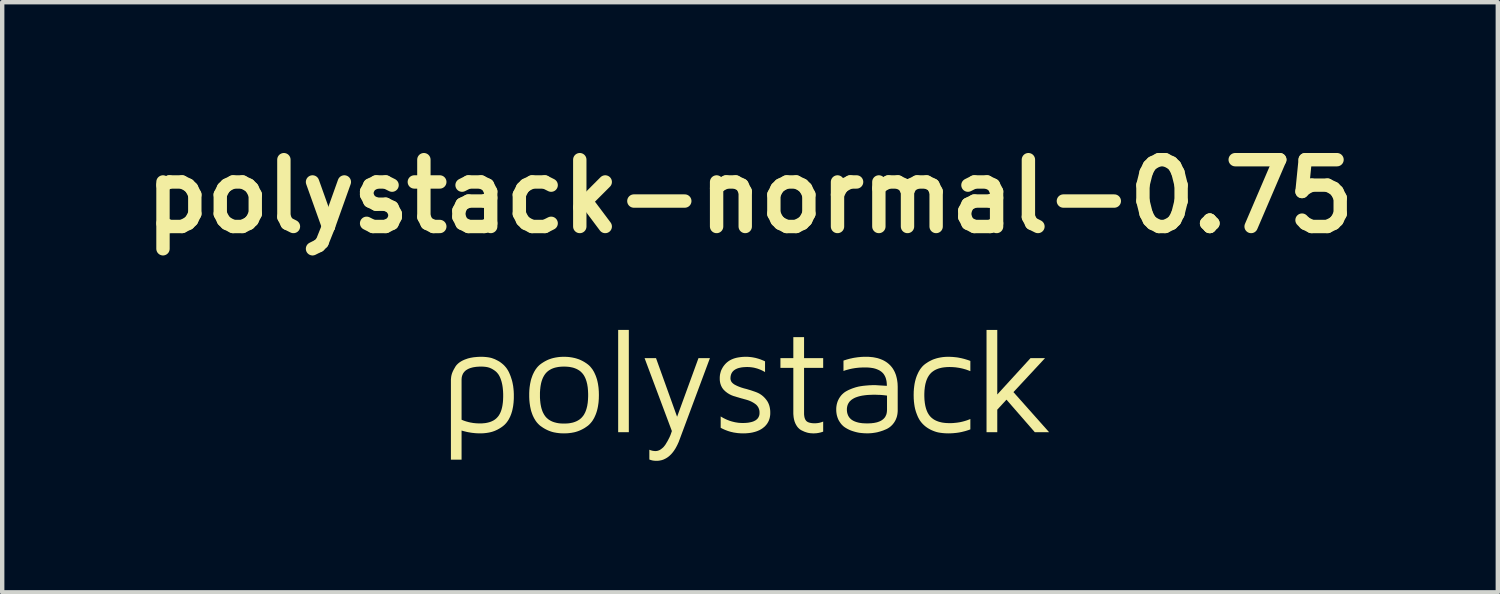
<source format=kicad_pcb>
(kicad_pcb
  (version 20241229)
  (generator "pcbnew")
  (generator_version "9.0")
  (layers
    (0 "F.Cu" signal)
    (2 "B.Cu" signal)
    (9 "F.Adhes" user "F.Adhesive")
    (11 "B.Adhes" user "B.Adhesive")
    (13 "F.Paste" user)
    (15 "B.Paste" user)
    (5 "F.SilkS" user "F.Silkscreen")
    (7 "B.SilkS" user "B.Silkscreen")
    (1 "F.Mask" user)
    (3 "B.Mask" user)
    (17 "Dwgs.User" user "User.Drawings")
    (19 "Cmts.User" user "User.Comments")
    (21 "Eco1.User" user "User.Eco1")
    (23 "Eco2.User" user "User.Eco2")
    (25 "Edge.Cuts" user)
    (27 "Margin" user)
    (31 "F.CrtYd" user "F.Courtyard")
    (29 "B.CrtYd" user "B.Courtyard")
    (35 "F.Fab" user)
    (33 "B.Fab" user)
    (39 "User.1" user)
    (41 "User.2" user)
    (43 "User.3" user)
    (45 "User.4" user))
  (footprint "polystack-normal-0.75"
    (layer "F.Cu")
    (at 14.057 5.968)
    (property "Reference" "polystack-normal-0.75" (at 0 -4.541 0) (layer "F.SilkS") (effects (font (size 1.524 1.524) (thickness 0.305))))
    (attr smd)
    (fp_poly (pts (xy -3.007 0.84) (xy -3.007 -1.493) (xy -2.764 -1.493) (xy -2.764 0.84) (xy -3.007 0.84)) (stroke (width 0) (type solid)) (fill yes) (layer "F.SilkS"))
    (fp_poly (pts (xy 5.395 0.84) (xy 5.395 -1.493) (xy 5.64 -1.493) (xy 5.64 -0.02) (xy 6.399 -0.85) (xy 6.73 -0.85) (xy 6.009 -0.074) (xy 6.822 0.84) (xy 6.496 0.84) (xy 5.85 0.098) (xy 5.64 0.326) (xy 5.64 0.84) (xy 5.395 0.84)) (stroke (width 0) (type solid)) (fill yes) (layer "F.SilkS"))
    (fp_poly (pts (xy 0.694 -0.627) (xy 0.694 -0.85) (xy 0.988 -0.85) (xy 0.988 -1.328) (xy 1.233 -1.328) (xy 1.233 -0.85) (xy 1.669 -0.85) (xy 1.669 -0.627) (xy 1.233 -0.627) (xy 1.233 0.403) (xy 1.233 0.429) (xy 1.235 0.452) (xy 1.238 0.474) (xy 1.241 0.494) (xy 1.246 0.513) (xy 1.252 0.531) (xy 1.259 0.547) (xy 1.267 0.561) (xy 1.276 0.574) (xy 1.286 0.585) (xy 1.297 0.595) (xy 1.311 0.604) (xy 1.326 0.612) (xy 1.342 0.618) (xy 1.361 0.624) (xy 1.38 0.628) (xy 1.402 0.632) (xy 1.425 0.635) (xy 1.45 0.636) (xy 1.476 0.637) (xy 1.497 0.636) (xy 1.517 0.635) (xy 1.537 0.633) (xy 1.557 0.63) (xy 1.576 0.627) (xy 1.596 0.622) (xy 1.614 0.617) (xy 1.633 0.611) (xy 1.651 0.605) (xy 1.669 0.597) (xy 1.669 0.827) (xy 1.65 0.834) (xy 1.63 0.84) (xy 1.611 0.846) (xy 1.591 0.85) (xy 1.572 0.855) (xy 1.552 0.858) (xy 1.533 0.861) (xy 1.513 0.864) (xy 1.493 0.865) (xy 1.474 0.866) (xy 1.454 0.867) (xy 1.446 0.867) (xy 1.427 0.866) (xy 1.408 0.865) (xy 1.389 0.864) (xy 1.37 0.862) (xy 1.351 0.859) (xy 1.332 0.856) (xy 1.314 0.852) (xy 1.297 0.847) (xy 1.281 0.842) (xy 1.263 0.836) (xy 1.245 0.83) (xy 1.227 0.822) (xy 1.208 0.813) (xy 1.188 0.804) (xy 1.168 0.794) (xy 1.152 0.784) (xy 1.137 0.774) (xy 1.123 0.762) (xy 1.109 0.749) (xy 1.095 0.735) (xy 1.082 0.719) (xy 1.07 0.703) (xy 1.059 0.685) (xy 1.048 0.666) (xy 1.038 0.647) (xy 1.03 0.63) (xy 1.024 0.613) (xy 1.017 0.596) (xy 1.012 0.578) (xy 1.007 0.559) (xy 1.002 0.54) (xy 0.999 0.52) (xy 0.995 0.5) (xy 0.993 0.479) (xy 0.991 0.458) (xy 0.989 0.436) (xy 0.988 0.413) (xy 0.988 0.39) (xy 0.988 -0.627) (xy 0.694 -0.627) (xy 0.694 -0.627)) (stroke (width 0) (type solid)) (fill yes) (layer "F.SilkS"))
    (fp_poly (pts (xy -2.405 -0.85) (xy -2.144 -0.85) (xy -1.663 0.488) (xy -1.175 -0.85) (xy -0.914 -0.85) (xy -1.605 1.005) (xy -1.614 1.028) (xy -1.622 1.051) (xy -1.631 1.073) (xy -1.641 1.094) (xy -1.65 1.115) (xy -1.66 1.135) (xy -1.67 1.154) (xy -1.68 1.174) (xy -1.69 1.192) (xy -1.7 1.21) (xy -1.711 1.227) (xy -1.722 1.244) (xy -1.733 1.261) (xy -1.744 1.276) (xy -1.756 1.292) (xy -1.767 1.306) (xy -1.779 1.32) (xy -1.791 1.334) (xy -1.803 1.347) (xy -1.816 1.359) (xy -1.828 1.371) (xy -1.841 1.383) (xy -1.854 1.393) (xy -1.867 1.404) (xy -1.88 1.413) (xy -1.894 1.422) (xy -1.908 1.431) (xy -1.922 1.439) (xy -1.936 1.446) (xy -1.95 1.453) (xy -1.965 1.46) (xy -1.979 1.466) (xy -1.994 1.471) (xy -2.009 1.476) (xy -2.025 1.48) (xy -2.04 1.483) (xy -2.056 1.486) (xy -2.072 1.489) (xy -2.088 1.491) (xy -2.104 1.492) (xy -2.121 1.493) (xy -2.137 1.493) (xy -2.158 1.493) (xy -2.178 1.491) (xy -2.198 1.489) (xy -2.218 1.486) (xy -2.237 1.482) (xy -2.257 1.476) (xy -2.277 1.47) (xy -2.296 1.463) (xy -2.296 1.24) (xy -2.279 1.247) (xy -2.262 1.253) (xy -2.244 1.258) (xy -2.226 1.263) (xy -2.207 1.266) (xy -2.189 1.268) (xy -2.17 1.27) (xy -2.151 1.27) (xy -2.132 1.269) (xy -2.114 1.266) (xy -2.096 1.261) (xy -2.077 1.254) (xy -2.059 1.246) (xy -2.041 1.235) (xy -2.023 1.222) (xy -2.008 1.21) (xy -1.993 1.198) (xy -1.979 1.185) (xy -1.966 1.171) (xy -1.954 1.156) (xy -1.942 1.141) (xy -1.931 1.126) (xy -1.921 1.11) (xy -1.911 1.093) (xy -1.901 1.076) (xy -1.891 1.06) (xy -1.881 1.043) (xy -1.872 1.026) (xy -1.863 1.009) (xy -1.855 0.993) (xy -1.846 0.976) (xy -1.835 0.954) (xy -1.826 0.933) (xy -1.817 0.913) (xy -1.81 0.894) (xy -1.803 0.876) (xy -1.798 0.86) (xy -1.782 0.814) (xy -2.405 -0.85)) (stroke (width 0) (type solid)) (fill yes) (layer "F.SilkS"))
    (fp_poly (pts (xy 3.733 -0.007) (xy 3.733 -0.03) (xy 3.734 -0.053) (xy 3.734 -0.076) (xy 3.735 -0.098) (xy 3.737 -0.12) (xy 3.738 -0.142) (xy 3.74 -0.163) (xy 3.743 -0.184) (xy 3.745 -0.205) (xy 3.748 -0.225) (xy 3.751 -0.245) (xy 3.754 -0.265) (xy 3.758 -0.284) (xy 3.762 -0.303) (xy 3.766 -0.322) (xy 3.771 -0.341) (xy 3.776 -0.359) (xy 3.781 -0.377) (xy 3.786 -0.394) (xy 3.792 -0.411) (xy 3.798 -0.428) (xy 3.804 -0.445) (xy 3.813 -0.466) (xy 3.822 -0.486) (xy 3.831 -0.506) (xy 3.84 -0.525) (xy 3.85 -0.544) (xy 3.861 -0.562) (xy 3.871 -0.579) (xy 3.882 -0.596) (xy 3.893 -0.611) (xy 3.905 -0.627) (xy 3.917 -0.641) (xy 3.929 -0.656) (xy 3.942 -0.669) (xy 3.955 -0.682) (xy 3.968 -0.694) (xy 3.982 -0.705) (xy 3.996 -0.716) (xy 4.014 -0.729) (xy 4.031 -0.74) (xy 4.049 -0.752) (xy 4.066 -0.763) (xy 4.084 -0.773) (xy 4.102 -0.783) (xy 4.12 -0.792) (xy 4.138 -0.801) (xy 4.155 -0.809) (xy 4.173 -0.817) (xy 4.191 -0.824) (xy 4.209 -0.83) (xy 4.228 -0.836) (xy 4.246 -0.842) (xy 4.264 -0.847) (xy 4.283 -0.852) (xy 4.301 -0.856) (xy 4.321 -0.86) (xy 4.34 -0.864) (xy 4.359 -0.867) (xy 4.379 -0.87) (xy 4.399 -0.873) (xy 4.42 -0.875) (xy 4.44 -0.877) (xy 4.461 -0.878) (xy 4.482 -0.879) (xy 4.504 -0.88) (xy 4.525 -0.88) (xy 4.546 -0.88) (xy 4.566 -0.879) (xy 4.586 -0.878) (xy 4.606 -0.877) (xy 4.627 -0.876) (xy 4.647 -0.874) (xy 4.667 -0.872) (xy 4.687 -0.87) (xy 4.707 -0.868) (xy 4.728 -0.865) (xy 4.748 -0.862) (xy 4.768 -0.858) (xy 4.788 -0.854) (xy 4.808 -0.85) (xy 4.828 -0.846) (xy 4.848 -0.841) (xy 4.868 -0.836) (xy 4.888 -0.831) (xy 4.908 -0.825) (xy 4.927 -0.819) (xy 4.947 -0.813) (xy 4.967 -0.807) (xy 4.987 -0.8) (xy 5.007 -0.793) (xy 5.026 -0.785) (xy 5.026 -0.552) (xy 5.007 -0.56) (xy 4.988 -0.567) (xy 4.969 -0.574) (xy 4.949 -0.581) (xy 4.93 -0.588) (xy 4.91 -0.594) (xy 4.891 -0.599) (xy 4.871 -0.605) (xy 4.852 -0.61) (xy 4.832 -0.615) (xy 4.812 -0.619) (xy 4.793 -0.623) (xy 4.773 -0.627) (xy 4.753 -0.63) (xy 4.733 -0.633) (xy 4.713 -0.636) (xy 4.693 -0.639) (xy 4.673 -0.641) (xy 4.653 -0.642) (xy 4.633 -0.644) (xy 4.613 -0.645) (xy 4.592 -0.646) (xy 4.572 -0.646) (xy 4.552 -0.647) (xy 4.527 -0.646) (xy 4.503 -0.646) (xy 4.479 -0.644) (xy 4.456 -0.642) (xy 4.433 -0.64) (xy 4.411 -0.637) (xy 4.39 -0.634) (xy 4.369 -0.63) (xy 4.349 -0.625) (xy 4.329 -0.62) (xy 4.31 -0.615) (xy 4.292 -0.609) (xy 4.274 -0.602) (xy 4.256 -0.595) (xy 4.239 -0.587) (xy 4.223 -0.579) (xy 4.207 -0.57) (xy 4.192 -0.561) (xy 4.178 -0.551) (xy 4.164 -0.541) (xy 4.15 -0.53) (xy 4.137 -0.519) (xy 4.125 -0.507) (xy 4.113 -0.494) (xy 4.103 -0.482) (xy 4.093 -0.47) (xy 4.084 -0.457) (xy 4.074 -0.443) (xy 4.066 -0.429) (xy 4.057 -0.414) (xy 4.049 -0.399) (xy 4.042 -0.383) (xy 4.035 -0.367) (xy 4.028 -0.35) (xy 4.022 -0.333) (xy 4.016 -0.315) (xy 4.011 -0.296) (xy 4.005 -0.277) (xy 4.001 -0.258) (xy 3.996 -0.238) (xy 3.993 -0.217) (xy 3.989 -0.196) (xy 3.986 -0.174) (xy 3.984 -0.152) (xy 3.981 -0.129) (xy 3.979 -0.106) (xy 3.978 -0.082) (xy 3.977 -0.057) (xy 3.976 -0.032) (xy 3.976 -0.007) (xy 3.976 0.019) (xy 3.977 0.044) (xy 3.978 0.069) (xy 3.979 0.093) (xy 3.981 0.117) (xy 3.984 0.14) (xy 3.986 0.162) (xy 3.989 0.184) (xy 3.993 0.205) (xy 3.996 0.226) (xy 4.001 0.246) (xy 4.005 0.266) (xy 4.011 0.285) (xy 4.016 0.304) (xy 4.022 0.322) (xy 4.028 0.339) (xy 4.035 0.356) (xy 4.042 0.372) (xy 4.049 0.388) (xy 4.057 0.403) (xy 4.066 0.418) (xy 4.074 0.432) (xy 4.084 0.446) (xy 4.093 0.459) (xy 4.103 0.471) (xy 4.113 0.483) (xy 4.125 0.495) (xy 4.137 0.507) (xy 4.15 0.518) (xy 4.164 0.529) (xy 4.178 0.539) (xy 4.192 0.549) (xy 4.207 0.558) (xy 4.223 0.566) (xy 4.239 0.575) (xy 4.256 0.582) (xy 4.274 0.589) (xy 4.292 0.596) (xy 4.31 0.602) (xy 4.329 0.607) (xy 4.349 0.612) (xy 4.369 0.617) (xy 4.39 0.621) (xy 4.411 0.624) (xy 4.433 0.627) (xy 4.456 0.629) (xy 4.479 0.631) (xy 4.503 0.632) (xy 4.527 0.633) (xy 4.552 0.633) (xy 4.573 0.633) (xy 4.594 0.633) (xy 4.615 0.632) (xy 4.636 0.631) (xy 4.656 0.629) (xy 4.677 0.627) (xy 4.697 0.625) (xy 4.718 0.623) (xy 4.738 0.62) (xy 4.758 0.617) (xy 4.778 0.614) (xy 4.798 0.61) (xy 4.817 0.606) (xy 4.837 0.601) (xy 4.856 0.597) (xy 4.876 0.591) (xy 4.895 0.586) (xy 4.914 0.58) (xy 4.933 0.574) (xy 4.952 0.568) (xy 4.971 0.561) (xy 4.989 0.554) (xy 5.008 0.547) (xy 5.026 0.539) (xy 5.026 0.776) (xy 5.007 0.783) (xy 4.988 0.79) (xy 4.969 0.796) (xy 4.95 0.802) (xy 4.931 0.808) (xy 4.911 0.814) (xy 4.892 0.819) (xy 4.872 0.824) (xy 4.852 0.829) (xy 4.833 0.834) (xy 4.813 0.838) (xy 4.793 0.842) (xy 4.773 0.846) (xy 4.753 0.849) (xy 4.732 0.852) (xy 4.712 0.855) (xy 4.692 0.857) (xy 4.671 0.859) (xy 4.651 0.861) (xy 4.63 0.863) (xy 4.609 0.864) (xy 4.588 0.865) (xy 4.567 0.866) (xy 4.546 0.866) (xy 4.525 0.867) (xy 4.504 0.866) (xy 4.482 0.866) (xy 4.461 0.865) (xy 4.441 0.864) (xy 4.42 0.862) (xy 4.4 0.861) (xy 4.38 0.858) (xy 4.36 0.856) (xy 4.34 0.853) (xy 4.321 0.85) (xy 4.302 0.847) (xy 4.283 0.843) (xy 4.264 0.838) (xy 4.246 0.833) (xy 4.227 0.827) (xy 4.207 0.82) (xy 4.188 0.813) (xy 4.169 0.805) (xy 4.149 0.797) (xy 4.13 0.788) (xy 4.11 0.778) (xy 4.09 0.767) (xy 4.073 0.757) (xy 4.055 0.747) (xy 4.039 0.735) (xy 4.022 0.724) (xy 4.006 0.712) (xy 3.991 0.699) (xy 3.976 0.687) (xy 3.961 0.673) (xy 3.947 0.659) (xy 3.933 0.645) (xy 3.92 0.63) (xy 3.907 0.615) (xy 3.896 0.601) (xy 3.886 0.587) (xy 3.875 0.572) (xy 3.865 0.556) (xy 3.856 0.54) (xy 3.846 0.522) (xy 3.837 0.505) (xy 3.828 0.486) (xy 3.82 0.467) (xy 3.812 0.448) (xy 3.804 0.427) (xy 3.796 0.406) (xy 3.788 0.384) (xy 3.781 0.362) (xy 3.776 0.344) (xy 3.771 0.326) (xy 3.766 0.308) (xy 3.762 0.289) (xy 3.758 0.27) (xy 3.754 0.251) (xy 3.751 0.231) (xy 3.748 0.211) (xy 3.745 0.191) (xy 3.743 0.17) (xy 3.74 0.149) (xy 3.738 0.128) (xy 3.737 0.106) (xy 3.735 0.084) (xy 3.734 0.062) (xy 3.734 0.039) (xy 3.733 0.017) (xy 3.733 -0.007) (xy 3.733 -0.007)) (stroke (width 0) (type solid)) (fill yes) (layer "F.SilkS"))
    (fp_poly (pts (xy -6.822 1.467) (xy -6.822 -0.346) (xy -6.465 -0.581) (xy -6.478 -0.573) (xy -6.489 -0.564) (xy -6.5 -0.554) (xy -6.51 -0.544) (xy -6.519 -0.534) (xy -6.528 -0.523) (xy -6.536 -0.511) (xy -6.544 -0.5) (xy -6.55 -0.487) (xy -6.556 -0.474) (xy -6.561 -0.461) (xy -6.566 -0.448) (xy -6.57 -0.433) (xy -6.573 -0.419) (xy -6.576 -0.404) (xy -6.577 -0.388) (xy -6.579 -0.372) (xy -6.579 -0.356) (xy -6.579 0.556) (xy -6.579 0.556) (xy -6.561 0.563) (xy -6.542 0.571) (xy -6.523 0.578) (xy -6.504 0.585) (xy -6.485 0.591) (xy -6.466 0.597) (xy -6.446 0.602) (xy -6.427 0.608) (xy -6.407 0.612) (xy -6.387 0.617) (xy -6.367 0.621) (xy -6.347 0.624) (xy -6.327 0.628) (xy -6.306 0.631) (xy -6.286 0.633) (xy -6.265 0.635) (xy -6.244 0.637) (xy -6.223 0.638) (xy -6.202 0.639) (xy -6.181 0.64) (xy -6.159 0.64) (xy -6.135 0.64) (xy -6.112 0.639) (xy -6.089 0.637) (xy -6.067 0.635) (xy -6.045 0.633) (xy -6.024 0.63) (xy -6.004 0.626) (xy -5.984 0.622) (xy -5.965 0.617) (xy -5.946 0.612) (xy -5.928 0.606) (xy -5.911 0.6) (xy -5.894 0.593) (xy -5.877 0.585) (xy -5.861 0.577) (xy -5.846 0.569) (xy -5.831 0.559) (xy -5.817 0.55) (xy -5.804 0.539) (xy -5.791 0.529) (xy -5.779 0.517) (xy -5.767 0.505) (xy -5.756 0.493) (xy -5.746 0.481) (xy -5.736 0.468) (xy -5.727 0.455) (xy -5.719 0.441) (xy -5.71 0.426) (xy -5.702 0.411) (xy -5.695 0.396) (xy -5.688 0.38) (xy -5.681 0.363) (xy -5.675 0.345) (xy -5.669 0.327) (xy -5.664 0.309) (xy -5.659 0.29) (xy -5.654 0.27) (xy -5.65 0.249) (xy -5.646 0.228) (xy -5.643 0.207) (xy -5.64 0.185) (xy -5.637 0.162) (xy -5.635 0.139) (xy -5.633 0.115) (xy -5.632 0.09) (xy -5.631 0.065) (xy -5.63 0.039) (xy -5.63 0.013) (xy -5.63 -0.01) (xy -5.63 -0.033) (xy -5.631 -0.056) (xy -5.632 -0.078) (xy -5.633 -0.1) (xy -5.635 -0.121) (xy -5.637 -0.142) (xy -5.639 -0.162) (xy -5.641 -0.182) (xy -5.644 -0.202) (xy -5.647 -0.221) (xy -5.65 -0.24) (xy -5.654 -0.258) (xy -5.658 -0.276) (xy -5.662 -0.293) (xy -5.666 -0.31) (xy -5.671 -0.326) (xy -5.676 -0.342) (xy -5.684 -0.366) (xy -5.692 -0.388) (xy -5.701 -0.409) (xy -5.71 -0.429) (xy -5.72 -0.447) (xy -5.73 -0.465) (xy -5.741 -0.482) (xy -5.753 -0.497) (xy -5.765 -0.512) (xy -5.777 -0.525) (xy -5.79 -0.538) (xy -5.803 -0.549) (xy -5.821 -0.563) (xy -5.839 -0.576) (xy -5.857 -0.587) (xy -5.874 -0.598) (xy -5.891 -0.607) (xy -5.909 -0.616) (xy -5.926 -0.623) (xy -5.942 -0.63) (xy -5.959 -0.635) (xy -5.976 -0.64) (xy -5.993 -0.644) (xy -6.011 -0.647) (xy -6.029 -0.65) (xy -6.048 -0.652) (xy -6.067 -0.654) (xy -6.087 -0.655) (xy -6.107 -0.656) (xy -6.128 -0.657) (xy -6.152 -0.656) (xy -6.176 -0.656) (xy -6.199 -0.654) (xy -6.222 -0.653) (xy -6.244 -0.651) (xy -6.265 -0.648) (xy -6.286 -0.645) (xy -6.305 -0.642) (xy -6.324 -0.638) (xy -6.343 -0.633) (xy -6.361 -0.628) (xy -6.378 -0.623) (xy -6.394 -0.617) (xy -6.41 -0.611) (xy -6.425 -0.604) (xy -6.439 -0.597) (xy -6.452 -0.589) (xy -6.465 -0.581) (xy -6.822 -0.346) (xy -6.822 -0.365) (xy -6.82 -0.385) (xy -6.818 -0.404) (xy -6.816 -0.424) (xy -6.812 -0.444) (xy -6.808 -0.464) (xy -6.802 -0.485) (xy -6.798 -0.499) (xy -6.792 -0.514) (xy -6.786 -0.53) (xy -6.779 -0.546) (xy -6.771 -0.563) (xy -6.762 -0.58) (xy -6.753 -0.598) (xy -6.742 -0.616) (xy -6.731 -0.635) (xy -6.72 -0.655) (xy -6.71 -0.669) (xy -6.7 -0.683) (xy -6.689 -0.696) (xy -6.676 -0.709) (xy -6.663 -0.722) (xy -6.649 -0.734) (xy -6.634 -0.746) (xy -6.619 -0.757) (xy -6.602 -0.768) (xy -6.584 -0.779) (xy -6.566 -0.789) (xy -6.546 -0.799) (xy -6.526 -0.808) (xy -6.505 -0.817) (xy -6.488 -0.823) (xy -6.471 -0.829) (xy -6.454 -0.835) (xy -6.437 -0.841) (xy -6.419 -0.846) (xy -6.401 -0.85) (xy -6.382 -0.855) (xy -6.363 -0.859) (xy -6.343 -0.862) (xy -6.323 -0.866) (xy -6.303 -0.869) (xy -6.283 -0.871) (xy -6.262 -0.873) (xy -6.24 -0.875) (xy -6.219 -0.877) (xy -6.196 -0.878) (xy -6.174 -0.879) (xy -6.151 -0.88) (xy -6.128 -0.88) (xy -6.107 -0.88) (xy -6.086 -0.879) (xy -6.065 -0.878) (xy -6.045 -0.876) (xy -6.024 -0.875) (xy -6.004 -0.872) (xy -5.984 -0.87) (xy -5.964 -0.867) (xy -5.944 -0.863) (xy -5.926 -0.86) (xy -5.907 -0.855) (xy -5.888 -0.85) (xy -5.869 -0.843) (xy -5.85 -0.836) (xy -5.83 -0.829) (xy -5.81 -0.82) (xy -5.79 -0.81) (xy -5.77 -0.8) (xy -5.749 -0.789) (xy -5.731 -0.779) (xy -5.714 -0.769) (xy -5.698 -0.758) (xy -5.682 -0.746) (xy -5.666 -0.734) (xy -5.651 -0.722) (xy -5.636 -0.709) (xy -5.621 -0.696) (xy -5.607 -0.682) (xy -5.593 -0.667) (xy -5.58 -0.652) (xy -5.567 -0.637) (xy -5.557 -0.624) (xy -5.547 -0.61) (xy -5.538 -0.596) (xy -5.528 -0.581) (xy -5.519 -0.566) (xy -5.51 -0.549) (xy -5.501 -0.533) (xy -5.493 -0.515) (xy -5.485 -0.497) (xy -5.477 -0.478) (xy -5.469 -0.458) (xy -5.461 -0.438) (xy -5.454 -0.417) (xy -5.447 -0.396) (xy -5.44 -0.374) (xy -5.434 -0.356) (xy -5.429 -0.338) (xy -5.424 -0.32) (xy -5.42 -0.301) (xy -5.415 -0.282) (xy -5.412 -0.263) (xy -5.408 -0.243) (xy -5.404 -0.223) (xy -5.401 -0.203) (xy -5.399 -0.182) (xy -5.396 -0.162) (xy -5.394 -0.14) (xy -5.392 -0.119) (xy -5.39 -0.097) (xy -5.389 -0.075) (xy -5.388 -0.053) (xy -5.387 -0.03) (xy -5.387 -0.007) (xy -5.387 0.016) (xy -5.387 0.04) (xy -5.387 0.064) (xy -5.388 0.087) (xy -5.389 0.11) (xy -5.391 0.132) (xy -5.392 0.154) (xy -5.394 0.176) (xy -5.397 0.197) (xy -5.399 0.218) (xy -5.402 0.239) (xy -5.405 0.259) (xy -5.409 0.279) (xy -5.413 0.299) (xy -5.417 0.319) (xy -5.421 0.338) (xy -5.426 0.356) (xy -5.431 0.375) (xy -5.437 0.393) (xy -5.442 0.41) (xy -5.448 0.428) (xy -5.455 0.445) (xy -5.463 0.466) (xy -5.472 0.487) (xy -5.482 0.507) (xy -5.492 0.527) (xy -5.502 0.546) (xy -5.513 0.564) (xy -5.524 0.581) (xy -5.536 0.598) (xy -5.548 0.614) (xy -5.56 0.63) (xy -5.573 0.644) (xy -5.586 0.658) (xy -5.6 0.672) (xy -5.614 0.684) (xy -5.628 0.696) (xy -5.643 0.708) (xy -5.66 0.72) (xy -5.677 0.732) (xy -5.694 0.743) (xy -5.712 0.754) (xy -5.729 0.764) (xy -5.746 0.773) (xy -5.763 0.783) (xy -5.781 0.791) (xy -5.798 0.799) (xy -5.816 0.807) (xy -5.833 0.814) (xy -5.851 0.82) (xy -5.868 0.826) (xy -5.886 0.832) (xy -5.904 0.836) (xy -5.922 0.841) (xy -5.94 0.845) (xy -5.959 0.849) (xy -5.978 0.852) (xy -5.997 0.855) (xy -6.016 0.858) (xy -6.036 0.86) (xy -6.056 0.862) (xy -6.076 0.864) (xy -6.096 0.865) (xy -6.117 0.866) (xy -6.138 0.866) (xy -6.159 0.866) (xy -6.179 0.866) (xy -6.198 0.866) (xy -6.218 0.865) (xy -6.238 0.864) (xy -6.258 0.863) (xy -6.278 0.861) (xy -6.298 0.859) (xy -6.317 0.857) (xy -6.337 0.855) (xy -6.357 0.852) (xy -6.377 0.849) (xy -6.397 0.845) (xy -6.417 0.842) (xy -6.438 0.838) (xy -6.458 0.834) (xy -6.478 0.829) (xy -6.498 0.824) (xy -6.518 0.819) (xy -6.538 0.814) (xy -6.559 0.808) (xy -6.579 0.802) (xy -6.579 1.467) (xy -6.822 1.467) (xy -6.822 1.467)) (stroke (width 0) (type solid)) (fill yes) (layer "F.SilkS"))
    (fp_poly (pts (xy -0.69 -0.389) (xy -0.69 -0.409) (xy -0.689 -0.429) (xy -0.687 -0.448) (xy -0.685 -0.468) (xy -0.681 -0.487) (xy -0.677 -0.505) (xy -0.672 -0.524) (xy -0.667 -0.542) (xy -0.661 -0.56) (xy -0.654 -0.577) (xy -0.646 -0.594) (xy -0.637 -0.611) (xy -0.628 -0.628) (xy -0.618 -0.644) (xy -0.608 -0.66) (xy -0.596 -0.676) (xy -0.584 -0.691) (xy -0.571 -0.707) (xy -0.558 -0.721) (xy -0.543 -0.736) (xy -0.531 -0.747) (xy -0.518 -0.758) (xy -0.505 -0.768) (xy -0.492 -0.778) (xy -0.477 -0.788) (xy -0.463 -0.797) (xy -0.448 -0.805) (xy -0.432 -0.813) (xy -0.416 -0.821) (xy -0.399 -0.828) (xy -0.382 -0.835) (xy -0.365 -0.841) (xy -0.346 -0.847) (xy -0.328 -0.852) (xy -0.309 -0.857) (xy -0.289 -0.861) (xy -0.269 -0.865) (xy -0.248 -0.868) (xy -0.227 -0.871) (xy -0.206 -0.874) (xy -0.184 -0.876) (xy -0.161 -0.878) (xy -0.138 -0.879) (xy -0.114 -0.88) (xy -0.09 -0.88) (xy -0.07 -0.88) (xy -0.051 -0.879) (xy -0.031 -0.878) (xy -0.011 -0.876) (xy 0.008 -0.874) (xy 0.028 -0.872) (xy 0.048 -0.869) (xy 0.067 -0.866) (xy 0.087 -0.862) (xy 0.107 -0.858) (xy 0.127 -0.854) (xy 0.146 -0.849) (xy 0.166 -0.843) (xy 0.186 -0.838) (xy 0.205 -0.831) (xy 0.225 -0.825) (xy 0.245 -0.818) (xy 0.264 -0.81) (xy 0.284 -0.802) (xy 0.304 -0.794) (xy 0.323 -0.785) (xy 0.343 -0.776) (xy 0.343 -0.531) (xy 0.325 -0.542) (xy 0.306 -0.552) (xy 0.287 -0.562) (xy 0.269 -0.571) (xy 0.25 -0.579) (xy 0.231 -0.588) (xy 0.212 -0.595) (xy 0.193 -0.602) (xy 0.174 -0.609) (xy 0.154 -0.615) (xy 0.135 -0.62) (xy 0.116 -0.625) (xy 0.096 -0.63) (xy 0.076 -0.634) (xy 0.057 -0.637) (xy 0.037 -0.64) (xy 0.017 -0.642) (xy -0.003 -0.644) (xy -0.023 -0.646) (xy -0.043 -0.646) (xy -0.064 -0.647) (xy -0.088 -0.646) (xy -0.111 -0.645) (xy -0.134 -0.644) (xy -0.156 -0.642) (xy -0.177 -0.64) (xy -0.197 -0.637) (xy -0.217 -0.633) (xy -0.235 -0.629) (xy -0.253 -0.625) (xy -0.27 -0.62) (xy -0.287 -0.614) (xy -0.302 -0.608) (xy -0.317 -0.601) (xy -0.331 -0.594) (xy -0.344 -0.586) (xy -0.356 -0.578) (xy -0.368 -0.569) (xy -0.378 -0.56) (xy -0.388 -0.55) (xy -0.398 -0.539) (xy -0.406 -0.528) (xy -0.413 -0.517) (xy -0.42 -0.505) (xy -0.426 -0.492) (xy -0.431 -0.479) (xy -0.436 -0.465) (xy -0.439 -0.451) (xy -0.442 -0.436) (xy -0.444 -0.421) (xy -0.445 -0.405) (xy -0.446 -0.389) (xy -0.445 -0.371) (xy -0.442 -0.355) (xy -0.437 -0.339) (xy -0.431 -0.324) (xy -0.423 -0.309) (xy -0.412 -0.295) (xy -0.4 -0.282) (xy -0.386 -0.27) (xy -0.371 -0.258) (xy -0.353 -0.246) (xy -0.337 -0.238) (xy -0.321 -0.229) (xy -0.304 -0.221) (xy -0.287 -0.213) (xy -0.269 -0.205) (xy -0.25 -0.198) (xy -0.231 -0.19) (xy -0.211 -0.183) (xy -0.191 -0.176) (xy -0.17 -0.17) (xy -0.149 -0.163) (xy -0.127 -0.157) (xy -0.107 -0.152) (xy -0.088 -0.147) (xy -0.069 -0.142) (xy -0.05 -0.136) (xy -0.031 -0.13) (xy -0.012 -0.125) (xy 0.007 -0.119) (xy 0.027 -0.113) (xy 0.046 -0.106) (xy 0.065 -0.1) (xy 0.084 -0.093) (xy 0.103 -0.087) (xy 0.122 -0.08) (xy 0.141 -0.073) (xy 0.16 -0.065) (xy 0.179 -0.057) (xy 0.197 -0.048) (xy 0.215 -0.039) (xy 0.232 -0.028) (xy 0.249 -0.017) (xy 0.265 -0.006) (xy 0.281 0.007) (xy 0.297 0.02) (xy 0.312 0.034) (xy 0.326 0.048) (xy 0.341 0.063) (xy 0.354 0.079) (xy 0.368 0.096) (xy 0.379 0.111) (xy 0.39 0.126) (xy 0.4 0.142) (xy 0.409 0.159) (xy 0.418 0.176) (xy 0.425 0.193) (xy 0.432 0.211) (xy 0.439 0.23) (xy 0.444 0.249) (xy 0.449 0.268) (xy 0.453 0.289) (xy 0.456 0.309) (xy 0.459 0.33) (xy 0.461 0.352) (xy 0.462 0.374) (xy 0.462 0.397) (xy 0.462 0.418) (xy 0.461 0.438) (xy 0.459 0.458) (xy 0.456 0.477) (xy 0.453 0.496) (xy 0.449 0.515) (xy 0.444 0.533) (xy 0.438 0.551) (xy 0.432 0.568) (xy 0.425 0.585) (xy 0.417 0.601) (xy 0.408 0.617) (xy 0.399 0.633) (xy 0.389 0.648) (xy 0.378 0.663) (xy 0.366 0.677) (xy 0.354 0.691) (xy 0.341 0.705) (xy 0.327 0.718) (xy 0.312 0.73) (xy 0.297 0.742) (xy 0.283 0.753) (xy 0.269 0.762) (xy 0.254 0.772) (xy 0.239 0.78) (xy 0.223 0.789) (xy 0.207 0.797) (xy 0.19 0.804) (xy 0.174 0.811) (xy 0.156 0.818) (xy 0.138 0.824) (xy 0.12 0.83) (xy 0.101 0.835) (xy 0.082 0.84) (xy 0.063 0.845) (xy 0.042 0.849) (xy 0.022 0.853) (xy 0.001 0.856) (xy -0.02 0.859) (xy -0.042 0.861) (xy -0.064 0.863) (xy -0.087 0.865) (xy -0.11 0.866) (xy -0.134 0.866) (xy -0.158 0.867) (xy -0.179 0.866) (xy -0.201 0.866) (xy -0.222 0.865) (xy -0.243 0.863) (xy -0.264 0.862) (xy -0.285 0.86) (xy -0.306 0.857) (xy -0.326 0.854) (xy -0.346 0.851) (xy -0.367 0.848) (xy -0.387 0.844) (xy -0.406 0.839) (xy -0.426 0.835) (xy -0.446 0.83) (xy -0.465 0.824) (xy -0.485 0.818) (xy -0.504 0.812) (xy -0.523 0.805) (xy -0.541 0.798) (xy -0.56 0.791) (xy -0.579 0.783) (xy -0.597 0.775) (xy -0.615 0.767) (xy -0.633 0.758) (xy -0.651 0.749) (xy -0.669 0.739) (xy -0.669 0.481) (xy -0.65 0.492) (xy -0.631 0.503) (xy -0.613 0.514) (xy -0.594 0.523) (xy -0.575 0.533) (xy -0.556 0.542) (xy -0.537 0.551) (xy -0.518 0.559) (xy -0.499 0.566) (xy -0.48 0.574) (xy -0.461 0.581) (xy -0.441 0.587) (xy -0.422 0.593) (xy -0.403 0.598) (xy -0.383 0.603) (xy -0.364 0.608) (xy -0.345 0.612) (xy -0.325 0.616) (xy -0.306 0.619) (xy -0.286 0.622) (xy -0.267 0.625) (xy -0.247 0.627) (xy -0.227 0.628) (xy -0.207 0.629) (xy -0.188 0.63) (xy -0.168 0.63) (xy -0.143 0.63) (xy -0.118 0.629) (xy -0.095 0.628) (xy -0.072 0.626) (xy -0.05 0.624) (xy -0.029 0.621) (xy -0.009 0.617) (xy 0.01 0.613) (xy 0.029 0.609) (xy 0.046 0.604) (xy 0.063 0.599) (xy 0.079 0.593) (xy 0.094 0.586) (xy 0.108 0.579) (xy 0.121 0.572) (xy 0.134 0.564) (xy 0.145 0.555) (xy 0.156 0.546) (xy 0.166 0.537) (xy 0.175 0.526) (xy 0.183 0.516) (xy 0.19 0.505) (xy 0.196 0.493) (xy 0.202 0.481) (xy 0.207 0.468) (xy 0.211 0.455) (xy 0.214 0.441) (xy 0.216 0.427) (xy 0.217 0.412) (xy 0.217 0.397) (xy 0.217 0.376) (xy 0.215 0.356) (xy 0.212 0.337) (xy 0.207 0.319) (xy 0.201 0.302) (xy 0.194 0.285) (xy 0.186 0.269) (xy 0.176 0.254) (xy 0.165 0.239) (xy 0.153 0.225) (xy 0.14 0.212) (xy 0.125 0.2) (xy 0.11 0.189) (xy 0.095 0.179) (xy 0.08 0.169) (xy 0.064 0.16) (xy 0.048 0.151) (xy 0.031 0.142) (xy 0.013 0.134) (xy -0.005 0.126) (xy -0.023 0.119) (xy -0.042 0.112) (xy -0.061 0.106) (xy -0.081 0.1) (xy -0.102 0.094) (xy -0.121 0.089) (xy -0.14 0.084) (xy -0.159 0.078) (xy -0.178 0.073) (xy -0.197 0.068) (xy -0.217 0.062) (xy -0.236 0.057) (xy -0.255 0.051) (xy -0.274 0.045) (xy -0.293 0.04) (xy -0.312 0.034) (xy -0.331 0.028) (xy -0.35 0.022) (xy -0.37 0.017) (xy -0.389 0.01) (xy -0.407 0.003) (xy -0.425 -0.004) (xy -0.443 -0.013) (xy -0.46 -0.021) (xy -0.477 -0.031) (xy -0.494 -0.041) (xy -0.51 -0.051) (xy -0.525 -0.062) (xy -0.541 -0.074) (xy -0.556 -0.086) (xy -0.57 -0.098) (xy -0.584 -0.112) (xy -0.598 -0.126) (xy -0.61 -0.139) (xy -0.621 -0.154) (xy -0.631 -0.168) (xy -0.641 -0.184) (xy -0.649 -0.2) (xy -0.657 -0.216) (xy -0.664 -0.233) (xy -0.67 -0.251) (xy -0.676 -0.269) (xy -0.68 -0.287) (xy -0.684 -0.307) (xy -0.687 -0.326) (xy -0.689 -0.346) (xy -0.69 -0.367) (xy -0.69 -0.389)) (stroke (width 0) (type solid)) (fill yes) (layer "F.SilkS"))
    (fp_poly (pts (xy 1.967 0.322) (xy 1.967 0.302) (xy 2.21 0.322) (xy 2.21 0.339) (xy 2.211 0.355) (xy 2.213 0.371) (xy 2.215 0.387) (xy 2.218 0.402) (xy 2.222 0.416) (xy 2.227 0.431) (xy 2.232 0.444) (xy 2.237 0.458) (xy 2.244 0.47) (xy 2.251 0.483) (xy 2.258 0.494) (xy 2.267 0.506) (xy 2.276 0.517) (xy 2.286 0.527) (xy 2.296 0.537) (xy 2.307 0.547) (xy 2.319 0.556) (xy 2.331 0.564) (xy 2.344 0.572) (xy 2.358 0.58) (xy 2.373 0.587) (xy 2.388 0.594) (xy 2.404 0.6) (xy 2.42 0.606) (xy 2.437 0.611) (xy 2.455 0.616) (xy 2.473 0.621) (xy 2.493 0.625) (xy 2.512 0.628) (xy 2.533 0.631) (xy 2.554 0.634) (xy 2.576 0.636) (xy 2.598 0.637) (xy 2.621 0.638) (xy 2.645 0.639) (xy 2.67 0.639) (xy 2.675 0.639) (xy 2.699 0.639) (xy 2.723 0.638) (xy 2.747 0.637) (xy 2.769 0.636) (xy 2.791 0.633) (xy 2.812 0.631) (xy 2.833 0.628) (xy 2.852 0.624) (xy 2.872 0.62) (xy 2.89 0.616) (xy 2.908 0.611) (xy 2.925 0.605) (xy 2.941 0.599) (xy 2.957 0.593) (xy 2.972 0.586) (xy 2.986 0.579) (xy 2.999 0.571) (xy 3.012 0.562) (xy 3.024 0.554) (xy 3.036 0.544) (xy 3.046 0.535) (xy 3.057 0.524) (xy 3.066 0.514) (xy 3.075 0.503) (xy 3.083 0.491) (xy 3.09 0.479) (xy 3.096 0.466) (xy 3.102 0.453) (xy 3.108 0.44) (xy 3.112 0.426) (xy 3.116 0.411) (xy 3.119 0.396) (xy 3.121 0.381) (xy 3.123 0.365) (xy 3.124 0.349) (xy 3.125 0.332) (xy 3.125 0.006) (xy 3.109 0.003) (xy 3.093 0.001) (xy 3.077 -0.001) (xy 3.059 -0.003) (xy 3.041 -0.005) (xy 3.022 -0.007) (xy 3.003 -0.008) (xy 2.983 -0.01) (xy 2.962 -0.011) (xy 2.941 -0.012) (xy 2.919 -0.012) (xy 2.896 -0.013) (xy 2.873 -0.014) (xy 2.848 -0.014) (xy 2.824 -0.014) (xy 2.797 -0.014) (xy 2.77 -0.013) (xy 2.745 -0.012) (xy 2.719 -0.011) (xy 2.695 -0.01) (xy 2.671 -0.008) (xy 2.648 -0.006) (xy 2.625 -0.003) (xy 2.603 -0.000447) (xy 2.581 0.003) (xy 2.56 0.006) (xy 2.54 0.01) (xy 2.52 0.014) (xy 2.501 0.019) (xy 2.483 0.023) (xy 2.465 0.029) (xy 2.448 0.034) (xy 2.431 0.04) (xy 2.415 0.046) (xy 2.399 0.052) (xy 2.385 0.059) (xy 2.37 0.066) (xy 2.357 0.074) (xy 2.344 0.082) (xy 2.331 0.09) (xy 2.319 0.098) (xy 2.308 0.107) (xy 2.298 0.116) (xy 2.288 0.126) (xy 2.278 0.135) (xy 2.269 0.145) (xy 2.261 0.156) (xy 2.254 0.167) (xy 2.247 0.178) (xy 2.24 0.189) (xy 2.235 0.201) (xy 2.229 0.213) (xy 2.225 0.225) (xy 2.221 0.238) (xy 2.218 0.251) (xy 2.215 0.265) (xy 2.213 0.279) (xy 2.211 0.293) (xy 2.21 0.307) (xy 2.21 0.322) (xy 2.21 0.322) (xy 1.967 0.302) (xy 1.968 0.281) (xy 1.97 0.261) (xy 1.972 0.242) (xy 1.976 0.222) (xy 1.979 0.204) (xy 1.984 0.185) (xy 1.989 0.167) (xy 1.995 0.15) (xy 2.001 0.132) (xy 2.008 0.116) (xy 2.018 0.096) (xy 2.028 0.076) (xy 2.039 0.058) (xy 2.05 0.041) (xy 2.062 0.024) (xy 2.074 0.008) (xy 2.086 -0.006) (xy 2.099 -0.02) (xy 2.113 -0.033) (xy 2.127 -0.046) (xy 2.141 -0.058) (xy 2.157 -0.07) (xy 2.173 -0.081) (xy 2.191 -0.092) (xy 2.209 -0.102) (xy 2.228 -0.112) (xy 2.247 -0.122) (xy 2.268 -0.131) (xy 2.289 -0.14) (xy 2.309 -0.148) (xy 2.328 -0.156) (xy 2.348 -0.163) (xy 2.366 -0.169) (xy 2.384 -0.175) (xy 2.402 -0.181) (xy 2.419 -0.186) (xy 2.435 -0.19) (xy 2.451 -0.194) (xy 2.469 -0.199) (xy 2.486 -0.202) (xy 2.505 -0.206) (xy 2.524 -0.209) (xy 2.544 -0.212) (xy 2.564 -0.215) (xy 2.585 -0.218) (xy 2.607 -0.22) (xy 2.635 -0.223) (xy 2.66 -0.225) (xy 2.683 -0.227) (xy 2.703 -0.229) (xy 2.721 -0.23) (xy 2.736 -0.231) (xy 2.749 -0.231) (xy 2.767 -0.232) (xy 2.786 -0.233) (xy 2.806 -0.233) (xy 2.828 -0.234) (xy 2.85 -0.234) (xy 3.121 -0.217) (xy 3.121 -0.241) (xy 3.12 -0.263) (xy 3.118 -0.286) (xy 3.116 -0.307) (xy 3.113 -0.327) (xy 3.109 -0.347) (xy 3.104 -0.366) (xy 3.099 -0.385) (xy 3.093 -0.403) (xy 3.086 -0.42) (xy 3.079 -0.436) (xy 3.071 -0.451) (xy 3.062 -0.466) (xy 3.053 -0.48) (xy 3.043 -0.494) (xy 3.032 -0.506) (xy 3.021 -0.518) (xy 3.008 -0.529) (xy 2.996 -0.54) (xy 2.983 -0.549) (xy 2.97 -0.558) (xy 2.956 -0.567) (xy 2.941 -0.575) (xy 2.926 -0.582) (xy 2.91 -0.589) (xy 2.894 -0.596) (xy 2.877 -0.602) (xy 2.86 -0.608) (xy 2.841 -0.613) (xy 2.823 -0.618) (xy 2.803 -0.622) (xy 2.783 -0.625) (xy 2.763 -0.628) (xy 2.742 -0.631) (xy 2.72 -0.633) (xy 2.698 -0.635) (xy 2.675 -0.636) (xy 2.651 -0.637) (xy 2.627 -0.637) (xy 2.605 -0.637) (xy 2.583 -0.637) (xy 2.562 -0.636) (xy 2.54 -0.635) (xy 2.519 -0.634) (xy 2.498 -0.633) (xy 2.477 -0.631) (xy 2.457 -0.629) (xy 2.436 -0.627) (xy 2.416 -0.624) (xy 2.396 -0.622) (xy 2.376 -0.619) (xy 2.356 -0.615) (xy 2.336 -0.612) (xy 2.317 -0.608) (xy 2.298 -0.604) (xy 2.279 -0.6) (xy 2.26 -0.595) (xy 2.241 -0.59) (xy 2.223 -0.585) (xy 2.204 -0.58) (xy 2.186 -0.575) (xy 2.168 -0.569) (xy 2.15 -0.563) (xy 2.132 -0.556) (xy 2.132 -0.793) (xy 2.152 -0.8) (xy 2.172 -0.806) (xy 2.192 -0.812) (xy 2.212 -0.819) (xy 2.233 -0.824) (xy 2.253 -0.83) (xy 2.273 -0.835) (xy 2.293 -0.84) (xy 2.313 -0.844) (xy 2.333 -0.849) (xy 2.354 -0.853) (xy 2.374 -0.857) (xy 2.394 -0.86) (xy 2.415 -0.863) (xy 2.435 -0.866) (xy 2.455 -0.869) (xy 2.476 -0.871) (xy 2.496 -0.873) (xy 2.517 -0.875) (xy 2.537 -0.877) (xy 2.558 -0.878) (xy 2.578 -0.879) (xy 2.599 -0.88) (xy 2.619 -0.88) (xy 2.64 -0.88) (xy 2.664 -0.88) (xy 2.687 -0.88) (xy 2.709 -0.879) (xy 2.732 -0.877) (xy 2.754 -0.875) (xy 2.776 -0.873) (xy 2.797 -0.871) (xy 2.818 -0.868) (xy 2.838 -0.864) (xy 2.858 -0.86) (xy 2.878 -0.856) (xy 2.897 -0.852) (xy 2.917 -0.847) (xy 2.935 -0.841) (xy 2.953 -0.835) (xy 2.971 -0.829) (xy 2.989 -0.822) (xy 3.006 -0.815) (xy 3.023 -0.808) (xy 3.039 -0.8) (xy 3.055 -0.792) (xy 3.071 -0.783) (xy 3.086 -0.774) (xy 3.101 -0.765) (xy 3.115 -0.755) (xy 3.13 -0.745) (xy 3.143 -0.734) (xy 3.157 -0.723) (xy 3.17 -0.712) (xy 3.182 -0.7) (xy 3.195 -0.688) (xy 3.207 -0.675) (xy 3.219 -0.661) (xy 3.23 -0.648) (xy 3.241 -0.634) (xy 3.252 -0.619) (xy 3.262 -0.604) (xy 3.271 -0.589) (xy 3.28 -0.573) (xy 3.289 -0.557) (xy 3.297 -0.541) (xy 3.305 -0.524) (xy 3.312 -0.506) (xy 3.319 -0.489) (xy 3.326 -0.471) (xy 3.332 -0.452) (xy 3.337 -0.433) (xy 3.342 -0.414) (xy 3.347 -0.394) (xy 3.351 -0.374) (xy 3.355 -0.354) (xy 3.358 -0.333) (xy 3.361 -0.312) (xy 3.364 -0.29) (xy 3.366 -0.268) (xy 3.367 -0.246) (xy 3.368 -0.223) (xy 3.369 -0.2) (xy 3.369 -0.176) (xy 3.369 0.332) (xy 3.369 0.353) (xy 3.368 0.374) (xy 3.366 0.395) (xy 3.364 0.415) (xy 3.361 0.435) (xy 3.357 0.454) (xy 3.353 0.473) (xy 3.348 0.491) (xy 3.342 0.51) (xy 3.335 0.527) (xy 3.328 0.545) (xy 3.321 0.561) (xy 3.312 0.578) (xy 3.303 0.594) (xy 3.293 0.61) (xy 3.282 0.627) (xy 3.269 0.643) (xy 3.257 0.659) (xy 3.243 0.674) (xy 3.229 0.688) (xy 3.215 0.702) (xy 3.2 0.714) (xy 3.185 0.726) (xy 3.169 0.737) (xy 3.152 0.748) (xy 3.135 0.758) (xy 3.118 0.767) (xy 3.1 0.775) (xy 3.08 0.783) (xy 3.061 0.791) (xy 3.042 0.799) (xy 3.023 0.806) (xy 3.004 0.812) (xy 2.986 0.818) (xy 2.967 0.824) (xy 2.949 0.829) (xy 2.931 0.834) (xy 2.913 0.839) (xy 2.896 0.843) (xy 2.878 0.846) (xy 2.858 0.85) (xy 2.837 0.853) (xy 2.817 0.856) (xy 2.796 0.859) (xy 2.776 0.861) (xy 2.756 0.863) (xy 2.735 0.864) (xy 2.715 0.865) (xy 2.695 0.866) (xy 2.675 0.866) (xy 2.655 0.866) (xy 2.636 0.865) (xy 2.616 0.865) (xy 2.596 0.863) (xy 2.576 0.862) (xy 2.555 0.86) (xy 2.535 0.858) (xy 2.514 0.856) (xy 2.498 0.854) (xy 2.481 0.851) (xy 2.464 0.848) (xy 2.446 0.844) (xy 2.428 0.84) (xy 2.409 0.835) (xy 2.39 0.83) (xy 2.37 0.824) (xy 2.35 0.818) (xy 2.329 0.811) (xy 2.309 0.804) (xy 2.289 0.796) (xy 2.27 0.788) (xy 2.251 0.779) (xy 2.233 0.77) (xy 2.216 0.761) (xy 2.199 0.751) (xy 2.182 0.741) (xy 2.166 0.731) (xy 2.151 0.72) (xy 2.136 0.709) (xy 2.121 0.696) (xy 2.107 0.682) (xy 2.093 0.668) (xy 2.08 0.653) (xy 2.067 0.636) (xy 2.055 0.619) (xy 2.043 0.601) (xy 2.031 0.582) (xy 2.02 0.562) (xy 2.011 0.544) (xy 2.004 0.526) (xy 1.997 0.508) (xy 1.991 0.489) (xy 1.985 0.469) (xy 1.98 0.45) (xy 1.976 0.429) (xy 1.973 0.409) (xy 1.97 0.388) (xy 1.968 0.366) (xy 1.967 0.344) (xy 1.967 0.322) (xy 1.967 0.322)) (stroke (width 0) (type solid)) (fill yes) (layer "F.SilkS"))
    (fp_poly (pts (xy -4.965 0.433) (xy -4.754 -0.318) (xy -4.759 -0.3) (xy -4.764 -0.28) (xy -4.768 -0.261) (xy -4.772 -0.24) (xy -4.776 -0.219) (xy -4.779 -0.198) (xy -4.782 -0.176) (xy -4.784 -0.153) (xy -4.787 -0.13) (xy -4.788 -0.107) (xy -4.79 -0.082) (xy -4.791 -0.058) (xy -4.791 -0.032) (xy -4.791 -0.007) (xy -4.791 0.019) (xy -4.791 0.044) (xy -4.79 0.069) (xy -4.788 0.093) (xy -4.787 0.117) (xy -4.784 0.14) (xy -4.782 0.163) (xy -4.779 0.185) (xy -4.776 0.206) (xy -4.772 0.227) (xy -4.768 0.247) (xy -4.764 0.267) (xy -4.759 0.286) (xy -4.754 0.305) (xy -4.748 0.323) (xy -4.742 0.341) (xy -4.736 0.358) (xy -4.729 0.375) (xy -4.722 0.391) (xy -4.714 0.406) (xy -4.706 0.421) (xy -4.698 0.436) (xy -4.689 0.45) (xy -4.68 0.463) (xy -4.671 0.476) (xy -4.661 0.488) (xy -4.65 0.501) (xy -4.638 0.513) (xy -4.626 0.524) (xy -4.613 0.535) (xy -4.6 0.546) (xy -4.586 0.556) (xy -4.571 0.565) (xy -4.556 0.574) (xy -4.541 0.583) (xy -4.525 0.59) (xy -4.508 0.598) (xy -4.491 0.604) (xy -4.473 0.611) (xy -4.455 0.616) (xy -4.436 0.621) (xy -4.417 0.626) (xy -4.397 0.63) (xy -4.376 0.634) (xy -4.355 0.637) (xy -4.334 0.639) (xy -4.312 0.641) (xy -4.289 0.642) (xy -4.266 0.643) (xy -4.242 0.643) (xy -4.219 0.643) (xy -4.196 0.642) (xy -4.173 0.641) (xy -4.151 0.639) (xy -4.129 0.637) (xy -4.108 0.634) (xy -4.088 0.63) (xy -4.068 0.626) (xy -4.049 0.622) (xy -4.03 0.617) (xy -4.012 0.611) (xy -3.994 0.605) (xy -3.977 0.598) (xy -3.96 0.591) (xy -3.944 0.583) (xy -3.929 0.575) (xy -3.914 0.566) (xy -3.899 0.557) (xy -3.885 0.547) (xy -3.872 0.536) (xy -3.859 0.526) (xy -3.847 0.514) (xy -3.835 0.502) (xy -3.824 0.489) (xy -3.814 0.477) (xy -3.804 0.465) (xy -3.795 0.451) (xy -3.786 0.438) (xy -3.778 0.423) (xy -3.77 0.408) (xy -3.762 0.393) (xy -3.755 0.377) (xy -3.748 0.36) (xy -3.742 0.343) (xy -3.736 0.326) (xy -3.73 0.307) (xy -3.725 0.289) (xy -3.72 0.269) (xy -3.715 0.249) (xy -3.711 0.229) (xy -3.708 0.208) (xy -3.704 0.186) (xy -3.701 0.164) (xy -3.699 0.141) (xy -3.697 0.118) (xy -3.695 0.094) (xy -3.694 0.07) (xy -3.693 0.045) (xy -3.692 0.019) (xy -3.692 -0.007) (xy -3.692 -0.033) (xy -3.693 -0.058) (xy -3.694 -0.083) (xy -3.695 -0.107) (xy -3.697 -0.131) (xy -3.699 -0.155) (xy -3.701 -0.177) (xy -3.704 -0.199) (xy -3.708 -0.221) (xy -3.711 -0.242) (xy -3.715 -0.263) (xy -3.72 -0.282) (xy -3.725 -0.302) (xy -3.73 -0.321) (xy -3.736 -0.339) (xy -3.742 -0.357) (xy -3.748 -0.374) (xy -3.755 -0.39) (xy -3.762 -0.406) (xy -3.77 -0.422) (xy -3.778 -0.437) (xy -3.786 -0.451) (xy -3.795 -0.465) (xy -3.804 -0.478) (xy -3.814 -0.491) (xy -3.824 -0.503) (xy -3.835 -0.515) (xy -3.847 -0.527) (xy -3.859 -0.539) (xy -3.872 -0.55) (xy -3.885 -0.56) (xy -3.899 -0.57) (xy -3.914 -0.579) (xy -3.929 -0.588) (xy -3.944 -0.596) (xy -3.96 -0.604) (xy -3.977 -0.611) (xy -3.994 -0.618) (xy -4.012 -0.624) (xy -4.03 -0.63) (xy -4.049 -0.635) (xy -4.068 -0.639) (xy -4.088 -0.643) (xy -4.108 -0.647) (xy -4.129 -0.65) (xy -4.151 -0.652) (xy -4.173 -0.654) (xy -4.196 -0.655) (xy -4.219 -0.656) (xy -4.242 -0.657) (xy -4.266 -0.656) (xy -4.289 -0.655) (xy -4.312 -0.654) (xy -4.334 -0.652) (xy -4.355 -0.65) (xy -4.376 -0.647) (xy -4.397 -0.643) (xy -4.417 -0.639) (xy -4.436 -0.635) (xy -4.455 -0.63) (xy -4.473 -0.624) (xy -4.491 -0.618) (xy -4.508 -0.611) (xy -4.525 -0.604) (xy -4.541 -0.596) (xy -4.556 -0.587) (xy -4.571 -0.579) (xy -4.586 -0.569) (xy -4.6 -0.559) (xy -4.613 -0.549) (xy -4.626 -0.537) (xy -4.638 -0.526) (xy -4.65 -0.514) (xy -4.661 -0.501) (xy -4.671 -0.489) (xy -4.68 -0.476) (xy -4.689 -0.463) (xy -4.698 -0.449) (xy -4.706 -0.434) (xy -4.714 -0.42) (xy -4.722 -0.404) (xy -4.729 -0.388) (xy -4.736 -0.371) (xy -4.742 -0.354) (xy -4.748 -0.337) (xy -4.754 -0.318) (xy -4.965 0.433) (xy -4.971 0.417) (xy -4.977 0.4) (xy -4.983 0.382) (xy -4.989 0.365) (xy -4.994 0.347) (xy -4.999 0.328) (xy -5.003 0.31) (xy -5.007 0.291) (xy -5.011 0.272) (xy -5.015 0.252) (xy -5.018 0.232) (xy -5.021 0.212) (xy -5.024 0.192) (xy -5.027 0.171) (xy -5.029 0.15) (xy -5.031 0.128) (xy -5.033 0.107) (xy -5.034 0.085) (xy -5.035 0.062) (xy -5.036 0.04) (xy -5.036 0.017) (xy -5.036 -0.007) (xy -5.036 -0.03) (xy -5.036 -0.053) (xy -5.035 -0.076) (xy -5.034 -0.098) (xy -5.033 -0.12) (xy -5.031 -0.142) (xy -5.029 -0.163) (xy -5.027 -0.184) (xy -5.024 -0.205) (xy -5.021 -0.225) (xy -5.018 -0.245) (xy -5.015 -0.265) (xy -5.011 -0.284) (xy -5.007 -0.303) (xy -5.003 -0.322) (xy -4.999 -0.341) (xy -4.994 -0.359) (xy -4.989 -0.377) (xy -4.983 -0.394) (xy -4.977 -0.411) (xy -4.971 -0.428) (xy -4.965 -0.445) (xy -4.957 -0.466) (xy -4.948 -0.486) (xy -4.938 -0.506) (xy -4.929 -0.525) (xy -4.919 -0.544) (xy -4.908 -0.562) (xy -4.898 -0.579) (xy -4.887 -0.596) (xy -4.875 -0.611) (xy -4.864 -0.627) (xy -4.852 -0.641) (xy -4.839 -0.656) (xy -4.826 -0.669) (xy -4.813 -0.682) (xy -4.8 -0.694) (xy -4.786 -0.705) (xy -4.772 -0.716) (xy -4.754 -0.729) (xy -4.737 -0.74) (xy -4.719 -0.752) (xy -4.701 -0.763) (xy -4.684 -0.773) (xy -4.666 -0.783) (xy -4.648 -0.792) (xy -4.631 -0.801) (xy -4.613 -0.809) (xy -4.595 -0.817) (xy -4.577 -0.824) (xy -4.559 -0.83) (xy -4.541 -0.836) (xy -4.524 -0.842) (xy -4.505 -0.847) (xy -4.487 -0.852) (xy -4.468 -0.856) (xy -4.449 -0.86) (xy -4.429 -0.864) (xy -4.41 -0.867) (xy -4.39 -0.87) (xy -4.37 -0.873) (xy -4.35 -0.875) (xy -4.329 -0.877) (xy -4.308 -0.878) (xy -4.287 -0.879) (xy -4.266 -0.88) (xy -4.244 -0.88) (xy -4.222 -0.88) (xy -4.201 -0.879) (xy -4.179 -0.878) (xy -4.158 -0.877) (xy -4.138 -0.875) (xy -4.117 -0.873) (xy -4.097 -0.87) (xy -4.077 -0.867) (xy -4.057 -0.864) (xy -4.038 -0.86) (xy -4.019 -0.856) (xy -4 -0.852) (xy -3.981 -0.847) (xy -3.963 -0.842) (xy -3.945 -0.836) (xy -3.926 -0.83) (xy -3.908 -0.824) (xy -3.89 -0.817) (xy -3.872 -0.809) (xy -3.854 -0.801) (xy -3.836 -0.792) (xy -3.818 -0.783) (xy -3.8 -0.773) (xy -3.782 -0.763) (xy -3.764 -0.752) (xy -3.747 -0.74) (xy -3.729 -0.729) (xy -3.712 -0.716) (xy -3.697 -0.705) (xy -3.684 -0.694) (xy -3.67 -0.682) (xy -3.657 -0.669) (xy -3.644 -0.656) (xy -3.632 -0.641) (xy -3.62 -0.627) (xy -3.608 -0.611) (xy -3.596 -0.596) (xy -3.585 -0.579) (xy -3.575 -0.562) (xy -3.564 -0.544) (xy -3.554 -0.525) (xy -3.545 -0.506) (xy -3.536 -0.486) (xy -3.527 -0.466) (xy -3.518 -0.445) (xy -3.512 -0.428) (xy -3.506 -0.411) (xy -3.5 -0.394) (xy -3.495 -0.377) (xy -3.489 -0.359) (xy -3.485 -0.341) (xy -3.48 -0.322) (xy -3.476 -0.303) (xy -3.472 -0.284) (xy -3.468 -0.265) (xy -3.465 -0.245) (xy -3.462 -0.225) (xy -3.459 -0.205) (xy -3.456 -0.184) (xy -3.454 -0.163) (xy -3.452 -0.142) (xy -3.451 -0.12) (xy -3.449 -0.098) (xy -3.448 -0.076) (xy -3.448 -0.053) (xy -3.447 -0.03) (xy -3.447 -0.007) (xy -3.447 0.017) (xy -3.448 0.04) (xy -3.448 0.062) (xy -3.449 0.085) (xy -3.451 0.107) (xy -3.452 0.128) (xy -3.454 0.15) (xy -3.456 0.171) (xy -3.459 0.192) (xy -3.462 0.212) (xy -3.465 0.232) (xy -3.468 0.252) (xy -3.472 0.272) (xy -3.476 0.291) (xy -3.48 0.31) (xy -3.485 0.328) (xy -3.489 0.347) (xy -3.495 0.365) (xy -3.5 0.382) (xy -3.506 0.4) (xy -3.512 0.417) (xy -3.518 0.433) (xy -3.527 0.454) (xy -3.536 0.474) (xy -3.545 0.494) (xy -3.554 0.513) (xy -3.564 0.531) (xy -3.575 0.549) (xy -3.585 0.566) (xy -3.596 0.583) (xy -3.608 0.599) (xy -3.62 0.614) (xy -3.632 0.628) (xy -3.644 0.642) (xy -3.657 0.656) (xy -3.67 0.668) (xy -3.684 0.681) (xy -3.697 0.692) (xy -3.712 0.703) (xy -3.729 0.715) (xy -3.747 0.727) (xy -3.764 0.739) (xy -3.782 0.75) (xy -3.8 0.76) (xy -3.818 0.77) (xy -3.836 0.779) (xy -3.854 0.788) (xy -3.872 0.796) (xy -3.89 0.804) (xy -3.908 0.811) (xy -3.926 0.818) (xy -3.945 0.824) (xy -3.963 0.83) (xy -3.981 0.835) (xy -4 0.84) (xy -4.019 0.844) (xy -4.038 0.848) (xy -4.057 0.851) (xy -4.077 0.855) (xy -4.097 0.857) (xy -4.117 0.86) (xy -4.138 0.862) (xy -4.158 0.864) (xy -4.179 0.865) (xy -4.201 0.866) (xy -4.222 0.866) (xy -4.244 0.867) (xy -4.266 0.866) (xy -4.287 0.866) (xy -4.308 0.865) (xy -4.329 0.864) (xy -4.35 0.862) (xy -4.37 0.86) (xy -4.39 0.857) (xy -4.41 0.855) (xy -4.429 0.851) (xy -4.449 0.848) (xy -4.468 0.844) (xy -4.487 0.84) (xy -4.505 0.835) (xy -4.524 0.83) (xy -4.541 0.824) (xy -4.559 0.818) (xy -4.577 0.811) (xy -4.595 0.804) (xy -4.613 0.796) (xy -4.631 0.788) (xy -4.648 0.779) (xy -4.666 0.77) (xy -4.684 0.76) (xy -4.701 0.75) (xy -4.719 0.739) (xy -4.737 0.727) (xy -4.754 0.715) (xy -4.772 0.703) (xy -4.786 0.692) (xy -4.8 0.681) (xy -4.813 0.668) (xy -4.826 0.656) (xy -4.839 0.642) (xy -4.852 0.628) (xy -4.864 0.614) (xy -4.875 0.599) (xy -4.887 0.583) (xy -4.898 0.566) (xy -4.908 0.549) (xy -4.919 0.531) (xy -4.929 0.513) (xy -4.938 0.494) (xy -4.948 0.474) (xy -4.957 0.454) (xy -4.965 0.433)) (stroke (width 0) (type solid)) (fill yes) (layer "F.SilkS")))
  (gr_rect
    (start -3 -3)
    (end 31.114 10.461)
    (stroke (width 0.1) (type default))
    (fill no)
    (layer "Edge.Cuts")))
</source>
